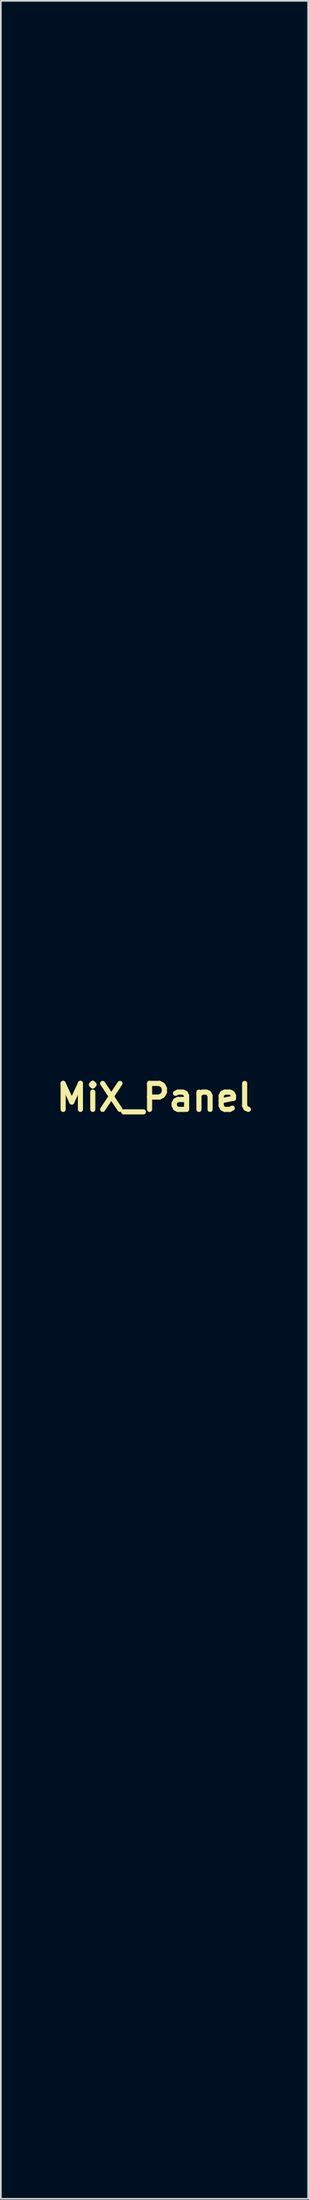
<source format=kicad_pcb>
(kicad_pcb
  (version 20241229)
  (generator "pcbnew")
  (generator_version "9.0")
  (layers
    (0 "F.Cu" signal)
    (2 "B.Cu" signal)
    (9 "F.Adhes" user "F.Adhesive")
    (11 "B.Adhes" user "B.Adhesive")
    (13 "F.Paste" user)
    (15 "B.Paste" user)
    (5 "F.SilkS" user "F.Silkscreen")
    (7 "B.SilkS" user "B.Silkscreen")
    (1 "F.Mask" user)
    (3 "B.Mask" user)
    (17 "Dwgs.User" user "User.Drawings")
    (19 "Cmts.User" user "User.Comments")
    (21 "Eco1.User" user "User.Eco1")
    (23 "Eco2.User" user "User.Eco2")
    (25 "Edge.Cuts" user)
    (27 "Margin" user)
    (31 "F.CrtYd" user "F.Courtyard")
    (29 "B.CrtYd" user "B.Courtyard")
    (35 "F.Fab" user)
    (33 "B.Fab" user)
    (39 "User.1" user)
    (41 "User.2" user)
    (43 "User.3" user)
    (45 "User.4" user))
  (footprint "MiX_Panel"
    (layer "F.Cu")
    (at 6.031 61.354)
    (property "Reference" "MiX_Panel" (at 0 0 0) (layer "F.SilkS") (effects (font (size 1.524 1.524) (thickness 0.3))))
    (attr board_only exclude_from_pos_files exclude_from_bom)
    (fp_poly (pts (xy -1.775 6.164) (xy -2.162 6.164) (xy -2.162 4.486) (xy -1.775 4.486)) (stroke (width 0) (type solid)) (fill yes) (layer "F.Mask"))
    (fp_poly (pts (xy -1.775 20.752) (xy -2.162 20.752) (xy -2.162 19.074) (xy -1.775 19.074)) (stroke (width 0) (type solid)) (fill yes) (layer "F.Mask"))
    (fp_poly (pts (xy -1.775 35.211) (xy -2.162 35.211) (xy -2.162 33.533) (xy -1.775 33.533)) (stroke (width 0) (type solid)) (fill yes) (layer "F.Mask"))
    (fp_poly (pts (xy 0.29 -60.902) (xy -4.906 -60.902) (xy -4.906 -61.354) (xy 0.29 -61.354)) (stroke (width 0) (type solid)) (fill yes) (layer "F.Mask"))
    (fp_poly (pts (xy 0.29 61.612) (xy -4.906 61.612) (xy -4.906 61.16) (xy 0.29 61.16)) (stroke (width 0) (type solid)) (fill yes) (layer "F.Mask"))
    (fp_poly (pts (xy 0.452 -56.383) (xy -0.161 -56.383) (xy -0.161 -56.9) (xy 0.452 -56.9)) (stroke (width 0) (type solid)) (fill yes) (layer "F.Mask"))
    (fp_poly (pts (xy 0.452 -54.221) (xy -0.161 -54.221) (xy -0.161 -56.158) (xy 0.452 -56.158)) (stroke (width 0) (type solid)) (fill yes) (layer "F.Mask"))
    (fp_poly (pts (xy 0.839 -40.956) (xy 2.098 -40.956) (xy 2.098 -40.634) (xy 0.452 -40.634) (xy 0.452 -42.312) (xy 0.839 -42.312)) (stroke (width 0) (type solid)) (fill yes) (layer "F.Mask"))
    (fp_poly (pts (xy 0.839 -25.561) (xy 2.098 -25.561) (xy 2.098 -25.239) (xy 0.452 -25.239) (xy 0.452 -26.917) (xy 0.839 -26.917)) (stroke (width 0) (type solid)) (fill yes) (layer "F.Mask"))
    (fp_poly (pts (xy 0.839 -10.134) (xy 2.098 -10.134) (xy 2.098 -9.811) (xy 0.452 -9.811) (xy 0.452 -11.49) (xy 0.839 -11.49)) (stroke (width 0) (type solid)) (fill yes) (layer "F.Mask"))
    (fp_poly (pts (xy 3.357 49.089) (xy 2.582 49.089) (xy 2.582 50.477) (xy 2.195 50.477) (xy 2.195 49.089) (xy 1.42 49.089) (xy 1.42 48.799) (xy 3.357 48.799)) (stroke (width 0) (type solid)) (fill yes) (layer "F.Mask"))
    (fp_poly (pts (xy 2.016 4.517) (xy 2.021 4.604) (xy 2.026 4.739) (xy 2.03 4.912) (xy 2.033 5.116) (xy 2.033 5.325) (xy 2.033 6.164) (xy 1.678 6.164) (xy 1.678 4.809) (xy 1.323 4.809) (xy 1.323 4.696) (xy 1.329 4.621) (xy 1.344 4.583) (xy 1.347 4.582) (xy 1.388 4.578) (xy 1.477 4.565) (xy 1.599 4.547) (xy 1.678 4.535) (xy 1.813 4.514) (xy 1.923 4.498) (xy 1.993 4.488) (xy 2.009 4.487)) (stroke (width 0) (type solid)) (fill yes) (layer "F.Mask"))
    (fp_poly (pts (xy 3.726 -42.281) (xy 3.732 -42.194) (xy 3.737 -42.059) (xy 3.741 -41.886) (xy 3.743 -41.682) (xy 3.744 -41.473) (xy 3.744 -40.634) (xy 3.389 -40.634) (xy 3.389 -41.989) (xy 3.034 -41.989) (xy 3.034 -42.102) (xy 3.04 -42.177) (xy 3.055 -42.215) (xy 3.058 -42.216) (xy 3.099 -42.22) (xy 3.188 -42.233) (xy 3.31 -42.251) (xy 3.389 -42.263) (xy 3.523 -42.284) (xy 3.633 -42.3) (xy 3.703 -42.31) (xy 3.72 -42.311)) (stroke (width 0) (type solid)) (fill yes) (layer "F.Mask"))
    (fp_poly (pts (xy 0.581 6.164) (xy 0.442 6.164) (xy 0.398 6.163) (xy 0.356 6.154) (xy 0.308 6.135) (xy 0.249 6.099) (xy 0.171 6.043) (xy 0.068 5.961) (xy -0.067 5.849) (xy -0.241 5.703) (xy -0.357 5.605) (xy -1.017 5.046) (xy -1.025 5.605) (xy -1.034 6.164) (xy -1.388 6.164) (xy -1.388 4.486) (xy -1.251 4.486) (xy -1.207 4.488) (xy -1.165 4.497) (xy -1.117 4.517) (xy -1.057 4.554) (xy -0.977 4.611) (xy -0.872 4.694) (xy -0.735 4.808) (xy -0.558 4.956) (xy -0.452 5.046) (xy 0.21 5.606) (xy 0.219 5.046) (xy 0.227 4.486) (xy 0.581 4.486)) (stroke (width 0) (type solid)) (fill yes) (layer "F.Mask"))
    (fp_poly (pts (xy 0.581 20.752) (xy 0.442 20.752) (xy 0.398 20.751) (xy 0.356 20.742) (xy 0.308 20.723) (xy 0.249 20.687) (xy 0.171 20.631) (xy 0.068 20.549) (xy -0.067 20.437) (xy -0.241 20.291) (xy -0.357 20.193) (xy -1.017 19.634) (xy -1.025 20.193) (xy -1.034 20.752) (xy -1.388 20.752) (xy -1.388 19.074) (xy -1.251 19.074) (xy -1.207 19.076) (xy -1.165 19.085) (xy -1.117 19.105) (xy -1.057 19.142) (xy -0.977 19.199) (xy -0.872 19.283) (xy -0.735 19.396) (xy -0.558 19.544) (xy -0.452 19.634) (xy 0.21 20.194) (xy 0.219 19.634) (xy 0.227 19.074) (xy 0.581 19.074)) (stroke (width 0) (type solid)) (fill yes) (layer "F.Mask"))
    (fp_poly (pts (xy 0.581 35.211) (xy 0.442 35.211) (xy 0.398 35.21) (xy 0.356 35.201) (xy 0.308 35.182) (xy 0.249 35.146) (xy 0.171 35.09) (xy 0.068 35.008) (xy -0.067 34.896) (xy -0.241 34.75) (xy -0.357 34.652) (xy -1.017 34.093) (xy -1.025 34.652) (xy -1.034 35.211) (xy -1.388 35.211) (xy -1.388 33.533) (xy -1.251 33.533) (xy -1.207 33.535) (xy -1.165 33.544) (xy -1.117 33.564) (xy -1.057 33.601) (xy -0.977 33.658) (xy -0.872 33.742) (xy -0.735 33.855) (xy -0.558 34.003) (xy -0.452 34.093) (xy 0.21 34.653) (xy 0.219 34.093) (xy 0.227 33.533) (xy 0.581 33.533)) (stroke (width 0) (type solid)) (fill yes) (layer "F.Mask"))
    (fp_poly (pts (xy -3.549 -41.712) (xy -3.218 -41.113) (xy -3.124 -41.285) (xy -3.074 -41.377) (xy -3.003 -41.51) (xy -2.919 -41.668) (xy -2.829 -41.836) (xy -2.804 -41.884) (xy -2.578 -42.312) (xy -2.383 -42.312) (xy -2.27 -42.308) (xy -2.213 -42.295) (xy -2.204 -42.271) (xy -2.224 -42.234) (xy -2.27 -42.147) (xy -2.339 -42.019) (xy -2.427 -41.857) (xy -2.529 -41.669) (xy -2.641 -41.463) (xy -2.654 -41.44) (xy -3.087 -40.65) (xy -3.23 -40.64) (xy -3.373 -40.631) (xy -3.841 -41.445) (xy -3.96 -41.653) (xy -4.07 -41.844) (xy -4.164 -42.009) (xy -4.24 -42.142) (xy -4.292 -42.236) (xy -4.318 -42.282) (xy -4.319 -42.285) (xy -4.295 -42.298) (xy -4.222 -42.308) (xy -4.115 -42.312) (xy -4.105 -42.312) (xy -3.879 -42.312)) (stroke (width 0) (type solid)) (fill yes) (layer "F.Mask"))
    (fp_poly (pts (xy -3.549 -26.318) (xy -3.218 -25.718) (xy -3.124 -25.89) (xy -3.074 -25.982) (xy -3.003 -26.115) (xy -2.919 -26.273) (xy -2.829 -26.441) (xy -2.804 -26.489) (xy -2.578 -26.917) (xy -2.383 -26.917) (xy -2.27 -26.913) (xy -2.213 -26.9) (xy -2.204 -26.877) (xy -2.224 -26.839) (xy -2.27 -26.752) (xy -2.339 -26.624) (xy -2.427 -26.462) (xy -2.529 -26.274) (xy -2.641 -26.068) (xy -2.654 -26.045) (xy -3.087 -25.255) (xy -3.23 -25.245) (xy -3.373 -25.236) (xy -3.841 -26.05) (xy -3.96 -26.258) (xy -4.07 -26.449) (xy -4.164 -26.614) (xy -4.24 -26.747) (xy -4.292 -26.841) (xy -4.318 -26.887) (xy -4.319 -26.891) (xy -4.295 -26.903) (xy -4.222 -26.913) (xy -4.115 -26.917) (xy -4.105 -26.917) (xy -3.879 -26.917)) (stroke (width 0) (type solid)) (fill yes) (layer "F.Mask"))
    (fp_poly (pts (xy -3.549 -10.89) (xy -3.218 -10.291) (xy -3.124 -10.463) (xy -3.074 -10.555) (xy -3.003 -10.688) (xy -2.919 -10.846) (xy -2.829 -11.014) (xy -2.804 -11.062) (xy -2.578 -11.49) (xy -2.383 -11.49) (xy -2.27 -11.486) (xy -2.213 -11.473) (xy -2.204 -11.449) (xy -2.224 -11.411) (xy -2.27 -11.325) (xy -2.339 -11.197) (xy -2.427 -11.035) (xy -2.529 -10.847) (xy -2.641 -10.641) (xy -2.654 -10.618) (xy -3.087 -9.828) (xy -3.23 -9.818) (xy -3.373 -9.809) (xy -3.841 -10.623) (xy -3.96 -10.831) (xy -4.07 -11.022) (xy -4.164 -11.187) (xy -4.24 -11.32) (xy -4.292 -11.414) (xy -4.318 -11.46) (xy -4.319 -11.463) (xy -4.295 -11.476) (xy -4.222 -11.486) (xy -4.115 -11.49) (xy -4.105 -11.49) (xy -3.879 -11.49)) (stroke (width 0) (type solid)) (fill yes) (layer "F.Mask"))
    (fp_poly (pts (xy -0.42 50.155) (xy 0.678 50.155) (xy 0.678 48.799) (xy 1.103 48.799) (xy 1.09 49.533) (xy 1.086 49.747) (xy 1.079 49.942) (xy 1.072 50.107) (xy 1.064 50.233) (xy 1.056 50.309) (xy 1.052 50.325) (xy 1.023 50.372) (xy 0.982 50.408) (xy 0.921 50.435) (xy 0.83 50.454) (xy 0.704 50.467) (xy 0.533 50.474) (xy 0.311 50.476) (xy 0.139 50.477) (xy -0.128 50.475) (xy -0.334 50.471) (xy -0.486 50.463) (xy -0.588 50.451) (xy -0.644 50.436) (xy -0.645 50.436) (xy -0.694 50.407) (xy -0.732 50.369) (xy -0.761 50.316) (xy -0.781 50.238) (xy -0.794 50.128) (xy -0.802 49.979) (xy -0.805 49.78) (xy -0.806 49.526) (xy -0.806 49.517) (xy -0.807 48.799) (xy -0.42 48.799)) (stroke (width 0) (type solid)) (fill yes) (layer "F.Mask"))
    (fp_poly (pts (xy -2.144 48.806) (xy -1.887 48.809) (xy -1.688 48.812) (xy -1.537 48.816) (xy -1.427 48.821) (xy -1.349 48.829) (xy -1.297 48.839) (xy -1.262 48.853) (xy -1.237 48.872) (xy -1.219 48.889) (xy -1.195 48.915) (xy -1.176 48.946) (xy -1.163 48.988) (xy -1.155 49.053) (xy -1.149 49.148) (xy -1.147 49.284) (xy -1.146 49.468) (xy -1.146 49.638) (xy -1.146 49.864) (xy -1.147 50.034) (xy -1.151 50.157) (xy -1.157 50.243) (xy -1.166 50.301) (xy -1.181 50.34) (xy -1.201 50.368) (xy -1.219 50.388) (xy -1.243 50.41) (xy -1.27 50.427) (xy -1.309 50.44) (xy -1.367 50.45) (xy -1.452 50.457) (xy -1.573 50.462) (xy -1.736 50.465) (xy -1.95 50.468) (xy -2.144 50.471) (xy -2.994 50.48) (xy -3.087 50.401) (xy -3.179 50.321) (xy -3.179 50.155) (xy -2.808 50.155) (xy -1.517 50.155) (xy -1.517 49.089) (xy -2.808 49.089) (xy -2.808 50.155) (xy -3.179 50.155) (xy -3.179 48.955) (xy -3.087 48.875) (xy -2.994 48.796)) (stroke (width 0) (type solid)) (fill yes) (layer "F.Mask"))
    (fp_poly (pts (xy -0.885 -42.305) (xy -0.629 -42.302) (xy -0.429 -42.299) (xy -0.278 -42.295) (xy -0.168 -42.29) (xy -0.091 -42.282) (xy -0.039 -42.272) (xy -0.004 -42.257) (xy 0.022 -42.239) (xy 0.04 -42.222) (xy 0.064 -42.196) (xy 0.082 -42.165) (xy 0.095 -42.122) (xy 0.104 -42.058) (xy 0.109 -41.962) (xy 0.112 -41.827) (xy 0.113 -41.643) (xy 0.113 -41.473) (xy 0.113 -41.247) (xy 0.111 -41.077) (xy 0.108 -40.954) (xy 0.102 -40.867) (xy 0.092 -40.81) (xy 0.078 -40.771) (xy 0.058 -40.743) (xy 0.04 -40.723) (xy 0.016 -40.701) (xy -0.012 -40.684) (xy -0.05 -40.671) (xy -0.108 -40.661) (xy -0.194 -40.654) (xy -0.314 -40.649) (xy -0.477 -40.645) (xy -0.691 -40.642) (xy -0.885 -40.64) (xy -1.736 -40.631) (xy -1.828 -40.71) (xy -1.92 -40.789) (xy -1.92 -40.956) (xy -1.549 -40.956) (xy -0.258 -40.956) (xy -0.258 -42.021) (xy -1.549 -42.021) (xy -1.549 -40.956) (xy -1.92 -40.956) (xy -1.92 -42.156) (xy -1.828 -42.235) (xy -1.736 -42.315)) (stroke (width 0) (type solid)) (fill yes) (layer "F.Mask"))
    (fp_poly (pts (xy -0.885 -26.91) (xy -0.629 -26.907) (xy -0.429 -26.904) (xy -0.278 -26.9) (xy -0.168 -26.895) (xy -0.091 -26.887) (xy -0.039 -26.877) (xy -0.004 -26.863) (xy 0.022 -26.844) (xy 0.04 -26.827) (xy 0.064 -26.801) (xy 0.082 -26.77) (xy 0.095 -26.727) (xy 0.104 -26.663) (xy 0.109 -26.567) (xy 0.112 -26.432) (xy 0.113 -26.248) (xy 0.113 -26.078) (xy 0.113 -25.852) (xy 0.111 -25.682) (xy 0.108 -25.559) (xy 0.102 -25.473) (xy 0.092 -25.415) (xy 0.078 -25.376) (xy 0.058 -25.348) (xy 0.04 -25.328) (xy 0.016 -25.306) (xy -0.012 -25.289) (xy -0.05 -25.276) (xy -0.108 -25.266) (xy -0.194 -25.259) (xy -0.314 -25.254) (xy -0.477 -25.25) (xy -0.691 -25.247) (xy -0.885 -25.245) (xy -1.736 -25.236) (xy -1.828 -25.315) (xy -1.92 -25.394) (xy -1.92 -25.561) (xy -1.549 -25.561) (xy -0.258 -25.561) (xy -0.258 -26.626) (xy -1.549 -26.626) (xy -1.549 -25.561) (xy -1.92 -25.561) (xy -1.92 -26.761) (xy -1.828 -26.84) (xy -1.736 -26.92)) (stroke (width 0) (type solid)) (fill yes) (layer "F.Mask"))
    (fp_poly (pts (xy -0.885 -11.483) (xy -0.629 -11.48) (xy -0.429 -11.477) (xy -0.278 -11.473) (xy -0.168 -11.468) (xy -0.091 -11.46) (xy -0.039 -11.45) (xy -0.004 -11.435) (xy 0.022 -11.417) (xy 0.04 -11.4) (xy 0.064 -11.373) (xy 0.082 -11.343) (xy 0.095 -11.3) (xy 0.104 -11.236) (xy 0.109 -11.14) (xy 0.112 -11.005) (xy 0.113 -10.821) (xy 0.113 -10.651) (xy 0.113 -10.425) (xy 0.111 -10.255) (xy 0.108 -10.132) (xy 0.102 -10.045) (xy 0.092 -9.988) (xy 0.078 -9.949) (xy 0.058 -9.921) (xy 0.04 -9.901) (xy 0.016 -9.879) (xy -0.012 -9.862) (xy -0.05 -9.849) (xy -0.108 -9.839) (xy -0.194 -9.832) (xy -0.314 -9.827) (xy -0.477 -9.823) (xy -0.691 -9.82) (xy -0.885 -9.818) (xy -1.736 -9.808) (xy -1.828 -9.888) (xy -1.92 -9.967) (xy -1.92 -10.134) (xy -1.549 -10.134) (xy -0.258 -10.134) (xy -0.258 -11.199) (xy -1.549 -11.199) (xy -1.549 -10.134) (xy -1.92 -10.134) (xy -1.92 -11.334) (xy -1.828 -11.413) (xy -1.736 -11.493)) (stroke (width 0) (type solid)) (fill yes) (layer "F.Mask"))
    (fp_poly (pts (xy -2.938 -56.096) (xy -2.314 -55.293) (xy -2.196 -55.443) (xy -2.143 -55.511) (xy -2.059 -55.621) (xy -1.95 -55.765) (xy -1.823 -55.932) (xy -1.685 -56.115) (xy -1.587 -56.246) (xy -1.096 -56.9) (xy -0.581 -56.9) (xy -0.581 -54.221) (xy -1.162 -54.221) (xy -1.162 -56.067) (xy -1.283 -55.89) (xy -1.338 -55.811) (xy -1.425 -55.691) (xy -1.535 -55.541) (xy -1.661 -55.37) (xy -1.794 -55.19) (xy -1.84 -55.13) (xy -1.991 -54.929) (xy -2.11 -54.777) (xy -2.2 -54.667) (xy -2.268 -54.596) (xy -2.316 -54.557) (xy -2.348 -54.545) (xy -2.378 -54.555) (xy -2.42 -54.589) (xy -2.48 -54.651) (xy -2.562 -54.747) (xy -2.668 -54.882) (xy -2.805 -55.059) (xy -2.961 -55.267) (xy -3.103 -55.457) (xy -3.234 -55.633) (xy -3.347 -55.786) (xy -3.439 -55.911) (xy -3.502 -55.998) (xy -3.533 -56.042) (xy -3.534 -56.044) (xy -3.544 -56.034) (xy -3.552 -55.963) (xy -3.556 -55.832) (xy -3.559 -55.638) (xy -3.558 -55.382) (xy -3.556 -55.16) (xy -3.547 -54.221) (xy -4.067 -54.221) (xy -4.067 -56.9) (xy -3.561 -56.9)) (stroke (width 0) (type solid)) (fill yes) (layer "F.Mask"))
    (fp_poly (pts (xy 1.81 -56.747) (xy 1.888 -56.661) (xy 1.996 -56.544) (xy 2.119 -56.413) (xy 2.229 -56.295) (xy 2.51 -55.997) (xy 2.908 -56.448) (xy 3.307 -56.9) (xy 4.049 -56.9) (xy 3.806 -56.65) (xy 3.691 -56.532) (xy 3.549 -56.384) (xy 3.396 -56.223) (xy 3.247 -56.066) (xy 3.215 -56.031) (xy 2.867 -55.663) (xy 4.308 -54.221) (xy 3.46 -54.221) (xy 2.985 -54.721) (xy 2.843 -54.869) (xy 2.716 -54.999) (xy 2.61 -55.106) (xy 2.532 -55.181) (xy 2.489 -55.219) (xy 2.484 -55.222) (xy 2.456 -55.198) (xy 2.393 -55.133) (xy 2.302 -55.033) (xy 2.188 -54.906) (xy 2.06 -54.759) (xy 2.028 -54.722) (xy 1.598 -54.222) (xy 1.229 -54.221) (xy 0.861 -54.221) (xy 0.923 -54.293) (xy 0.962 -54.337) (xy 1.037 -54.421) (xy 1.142 -54.537) (xy 1.27 -54.677) (xy 1.413 -54.834) (xy 1.501 -54.93) (xy 1.649 -55.093) (xy 1.784 -55.242) (xy 1.901 -55.371) (xy 1.991 -55.471) (xy 2.048 -55.536) (xy 2.063 -55.554) (xy 2.074 -55.575) (xy 2.072 -55.601) (xy 2.053 -55.638) (xy 2.013 -55.691) (xy 1.946 -55.766) (xy 1.85 -55.869) (xy 1.718 -56.004) (xy 1.546 -56.176) (xy 1.466 -56.256) (xy 0.824 -56.9) (xy 1.67 -56.9)) (stroke (width 0) (type solid)) (fill yes) (layer "F.Mask"))
    (fp_poly (pts (xy 2.022 19.075) (xy 2.188 19.076) (xy 2.308 19.08) (xy 2.392 19.088) (xy 2.449 19.099) (xy 2.49 19.115) (xy 2.523 19.137) (xy 2.529 19.141) (xy 2.576 19.185) (xy 2.602 19.236) (xy 2.612 19.314) (xy 2.614 19.418) (xy 2.609 19.536) (xy 2.597 19.635) (xy 2.582 19.687) (xy 2.546 19.722) (xy 2.464 19.785) (xy 2.345 19.87) (xy 2.198 19.969) (xy 2.032 20.078) (xy 2.009 20.092) (xy 1.843 20.199) (xy 1.697 20.293) (xy 1.578 20.37) (xy 1.495 20.423) (xy 1.456 20.449) (xy 1.455 20.45) (xy 1.481 20.454) (xy 1.56 20.458) (xy 1.682 20.46) (xy 1.836 20.462) (xy 1.915 20.462) (xy 2.388 20.462) (xy 2.388 20.332) (xy 2.391 20.25) (xy 2.408 20.217) (xy 2.452 20.218) (xy 2.477 20.224) (xy 2.599 20.256) (xy 2.671 20.287) (xy 2.703 20.331) (xy 2.709 20.399) (xy 2.703 20.465) (xy 2.696 20.543) (xy 2.684 20.604) (xy 2.661 20.651) (xy 2.62 20.685) (xy 2.554 20.71) (xy 2.456 20.725) (xy 2.318 20.735) (xy 2.135 20.741) (xy 1.897 20.744) (xy 1.737 20.746) (xy 0.895 20.756) (xy 0.912 20.601) (xy 0.919 20.547) (xy 0.929 20.502) (xy 0.949 20.459) (xy 0.985 20.415) (xy 1.043 20.363) (xy 1.129 20.299) (xy 1.249 20.216) (xy 1.41 20.111) (xy 1.616 19.977) (xy 1.689 19.93) (xy 1.876 19.809) (xy 2.015 19.717) (xy 2.114 19.648) (xy 2.18 19.595) (xy 2.22 19.554) (xy 2.241 19.517) (xy 2.25 19.479) (xy 2.253 19.452) (xy 2.263 19.332) (xy 1.323 19.332) (xy 1.323 19.513) (xy 1.32 19.618) (xy 1.308 19.669) (xy 1.284 19.679) (xy 1.277 19.677) (xy 1.215 19.659) (xy 1.126 19.639) (xy 1.116 19.637) (xy 1.001 19.616) (xy 1.001 19.424) (xy 1.005 19.306) (xy 1.024 19.23) (xy 1.063 19.171) (xy 1.08 19.153) (xy 1.108 19.126) (xy 1.139 19.106) (xy 1.18 19.092) (xy 1.242 19.083) (xy 1.334 19.078) (xy 1.465 19.075) (xy 1.645 19.074) (xy 1.802 19.074)) (stroke (width 0) (type solid)) (fill yes) (layer "F.Mask"))
    (fp_poly (pts (xy 3.733 -26.917) (xy 3.898 -26.915) (xy 4.018 -26.911) (xy 4.102 -26.904) (xy 4.16 -26.892) (xy 4.201 -26.876) (xy 4.234 -26.855) (xy 4.24 -26.85) (xy 4.287 -26.806) (xy 4.312 -26.755) (xy 4.323 -26.677) (xy 4.325 -26.574) (xy 4.32 -26.455) (xy 4.308 -26.356) (xy 4.293 -26.304) (xy 4.257 -26.269) (xy 4.175 -26.206) (xy 4.056 -26.121) (xy 3.908 -26.022) (xy 3.742 -25.913) (xy 3.72 -25.899) (xy 3.554 -25.793) (xy 3.407 -25.698) (xy 3.288 -25.622) (xy 3.205 -25.568) (xy 3.167 -25.542) (xy 3.166 -25.541) (xy 3.191 -25.537) (xy 3.27 -25.533) (xy 3.392 -25.531) (xy 3.546 -25.529) (xy 3.625 -25.529) (xy 4.099 -25.529) (xy 4.099 -25.659) (xy 4.102 -25.741) (xy 4.119 -25.774) (xy 4.163 -25.773) (xy 4.188 -25.767) (xy 4.31 -25.735) (xy 4.381 -25.704) (xy 4.414 -25.661) (xy 4.419 -25.592) (xy 4.414 -25.526) (xy 4.406 -25.448) (xy 4.394 -25.387) (xy 4.372 -25.34) (xy 4.331 -25.306) (xy 4.265 -25.282) (xy 4.166 -25.266) (xy 4.029 -25.256) (xy 3.845 -25.25) (xy 3.608 -25.247) (xy 3.448 -25.245) (xy 2.605 -25.236) (xy 2.623 -25.39) (xy 2.629 -25.444) (xy 2.64 -25.489) (xy 2.66 -25.532) (xy 2.696 -25.576) (xy 2.754 -25.628) (xy 2.84 -25.692) (xy 2.96 -25.775) (xy 3.12 -25.88) (xy 3.327 -26.014) (xy 3.4 -26.061) (xy 3.586 -26.182) (xy 3.726 -26.274) (xy 3.825 -26.343) (xy 3.891 -26.396) (xy 3.931 -26.437) (xy 3.952 -26.474) (xy 3.961 -26.512) (xy 3.964 -26.539) (xy 3.974 -26.659) (xy 3.034 -26.659) (xy 3.034 -26.478) (xy 3.03 -26.373) (xy 3.018 -26.322) (xy 2.994 -26.312) (xy 2.988 -26.314) (xy 2.926 -26.332) (xy 2.836 -26.352) (xy 2.826 -26.354) (xy 2.711 -26.375) (xy 2.711 -26.567) (xy 2.716 -26.685) (xy 2.734 -26.761) (xy 2.774 -26.82) (xy 2.79 -26.838) (xy 2.819 -26.865) (xy 2.849 -26.885) (xy 2.891 -26.899) (xy 2.953 -26.908) (xy 3.044 -26.913) (xy 3.176 -26.916) (xy 3.356 -26.917) (xy 3.512 -26.917)) (stroke (width 0) (type solid)) (fill yes) (layer "F.Mask"))
    (fp_poly (pts (xy 1.992 33.534) (xy 2.178 33.539) (xy 2.317 33.547) (xy 2.416 33.561) (xy 2.484 33.582) (xy 2.529 33.611) (xy 2.557 33.643) (xy 2.569 33.691) (xy 2.577 33.784) (xy 2.581 33.904) (xy 2.581 33.924) (xy 2.576 34.071) (xy 2.556 34.17) (xy 2.511 34.236) (xy 2.434 34.284) (xy 2.388 34.304) (xy 2.335 34.327) (xy 2.339 34.336) (xy 2.378 34.338) (xy 2.447 34.36) (xy 2.53 34.41) (xy 2.547 34.424) (xy 2.596 34.468) (xy 2.625 34.511) (xy 2.64 34.571) (xy 2.646 34.664) (xy 2.647 34.775) (xy 2.643 34.919) (xy 2.632 35.016) (xy 2.61 35.082) (xy 2.585 35.119) (xy 2.563 35.144) (xy 2.538 35.162) (xy 2.501 35.176) (xy 2.443 35.186) (xy 2.355 35.193) (xy 2.23 35.198) (xy 2.059 35.201) (xy 1.832 35.205) (xy 1.794 35.205) (xy 1.066 35.215) (xy 0.985 35.134) (xy 0.932 35.065) (xy 0.908 34.981) (xy 0.904 34.893) (xy 0.904 34.733) (xy 1.067 34.698) (xy 1.162 34.678) (xy 1.227 34.665) (xy 1.244 34.663) (xy 1.253 34.691) (xy 1.258 34.763) (xy 1.259 34.792) (xy 1.259 34.921) (xy 1.724 34.921) (xy 1.894 34.92) (xy 2.044 34.916) (xy 2.16 34.911) (xy 2.229 34.904) (xy 2.24 34.901) (xy 2.273 34.859) (xy 2.291 34.775) (xy 2.295 34.674) (xy 2.285 34.577) (xy 2.261 34.508) (xy 2.24 34.489) (xy 2.187 34.48) (xy 2.086 34.473) (xy 1.956 34.47) (xy 1.885 34.469) (xy 1.581 34.469) (xy 1.581 34.211) (xy 1.853 34.211) (xy 1.985 34.209) (xy 2.095 34.203) (xy 2.165 34.194) (xy 2.176 34.191) (xy 2.209 34.148) (xy 2.227 34.066) (xy 2.23 33.968) (xy 2.217 33.878) (xy 2.189 33.819) (xy 2.176 33.811) (xy 2.126 33.804) (xy 2.025 33.798) (xy 1.887 33.793) (xy 1.726 33.791) (xy 1.692 33.791) (xy 1.259 33.791) (xy 1.259 34.023) (xy 1.122 34) (xy 1.018 33.981) (xy 0.962 33.956) (xy 0.94 33.909) (xy 0.936 33.826) (xy 0.936 33.808) (xy 0.945 33.706) (xy 0.979 33.639) (xy 1.021 33.6) (xy 1.054 33.577) (xy 1.093 33.56) (xy 1.146 33.548) (xy 1.225 33.54) (xy 1.338 33.536) (xy 1.494 33.534) (xy 1.704 33.533) (xy 1.749 33.533)) (stroke (width 0) (type solid)) (fill yes) (layer "F.Mask"))
    (fp_poly (pts (xy 3.702 -11.489) (xy 3.889 -11.484) (xy 4.027 -11.475) (xy 4.127 -11.461) (xy 4.195 -11.441) (xy 4.24 -11.412) (xy 4.268 -11.38) (xy 4.279 -11.332) (xy 4.288 -11.239) (xy 4.292 -11.119) (xy 4.292 -11.099) (xy 4.287 -10.952) (xy 4.266 -10.853) (xy 4.221 -10.787) (xy 4.145 -10.739) (xy 4.098 -10.719) (xy 4.045 -10.696) (xy 4.05 -10.687) (xy 4.088 -10.685) (xy 4.158 -10.663) (xy 4.241 -10.613) (xy 4.258 -10.599) (xy 4.307 -10.555) (xy 4.336 -10.512) (xy 4.351 -10.452) (xy 4.356 -10.359) (xy 4.357 -10.248) (xy 4.354 -10.103) (xy 4.343 -10.007) (xy 4.32 -9.941) (xy 4.295 -9.904) (xy 4.274 -9.879) (xy 4.249 -9.86) (xy 4.211 -9.847) (xy 4.153 -9.837) (xy 4.066 -9.83) (xy 3.941 -9.825) (xy 3.769 -9.822) (xy 3.543 -9.818) (xy 3.505 -9.818) (xy 2.776 -9.808) (xy 2.695 -9.889) (xy 2.642 -9.958) (xy 2.618 -10.041) (xy 2.614 -10.13) (xy 2.614 -10.29) (xy 2.777 -10.325) (xy 2.872 -10.345) (xy 2.938 -10.358) (xy 2.955 -10.36) (xy 2.964 -10.331) (xy 2.969 -10.26) (xy 2.969 -10.231) (xy 2.969 -10.102) (xy 3.435 -10.102) (xy 3.605 -10.103) (xy 3.755 -10.107) (xy 3.871 -10.112) (xy 3.94 -10.119) (xy 3.951 -10.121) (xy 3.983 -10.164) (xy 4.001 -10.248) (xy 4.006 -10.349) (xy 3.996 -10.445) (xy 3.972 -10.515) (xy 3.951 -10.534) (xy 3.898 -10.543) (xy 3.797 -10.549) (xy 3.667 -10.553) (xy 3.596 -10.554) (xy 3.292 -10.554) (xy 3.292 -10.812) (xy 3.564 -10.812) (xy 3.695 -10.814) (xy 3.806 -10.82) (xy 3.876 -10.829) (xy 3.886 -10.832) (xy 3.92 -10.875) (xy 3.938 -10.957) (xy 3.94 -11.055) (xy 3.927 -11.145) (xy 3.899 -11.204) (xy 3.886 -11.212) (xy 3.836 -11.219) (xy 3.736 -11.225) (xy 3.598 -11.23) (xy 3.436 -11.231) (xy 3.402 -11.232) (xy 2.969 -11.232) (xy 2.969 -11) (xy 2.832 -11.023) (xy 2.728 -11.042) (xy 2.673 -11.067) (xy 2.651 -11.113) (xy 2.647 -11.197) (xy 2.647 -11.215) (xy 2.655 -11.317) (xy 2.69 -11.384) (xy 2.732 -11.423) (xy 2.764 -11.446) (xy 2.803 -11.463) (xy 2.857 -11.475) (xy 2.936 -11.482) (xy 3.048 -11.487) (xy 3.205 -11.489) (xy 3.415 -11.49) (xy 3.46 -11.49)) (stroke (width 0) (type solid)) (fill yes) (layer "F.Mask")))
  (gr_rect
    (start -3 -3)
    (end 15.061 125.966)
    (stroke (width 0.1) (type default))
    (fill no)
    (layer "Edge.Cuts")))
</source>
